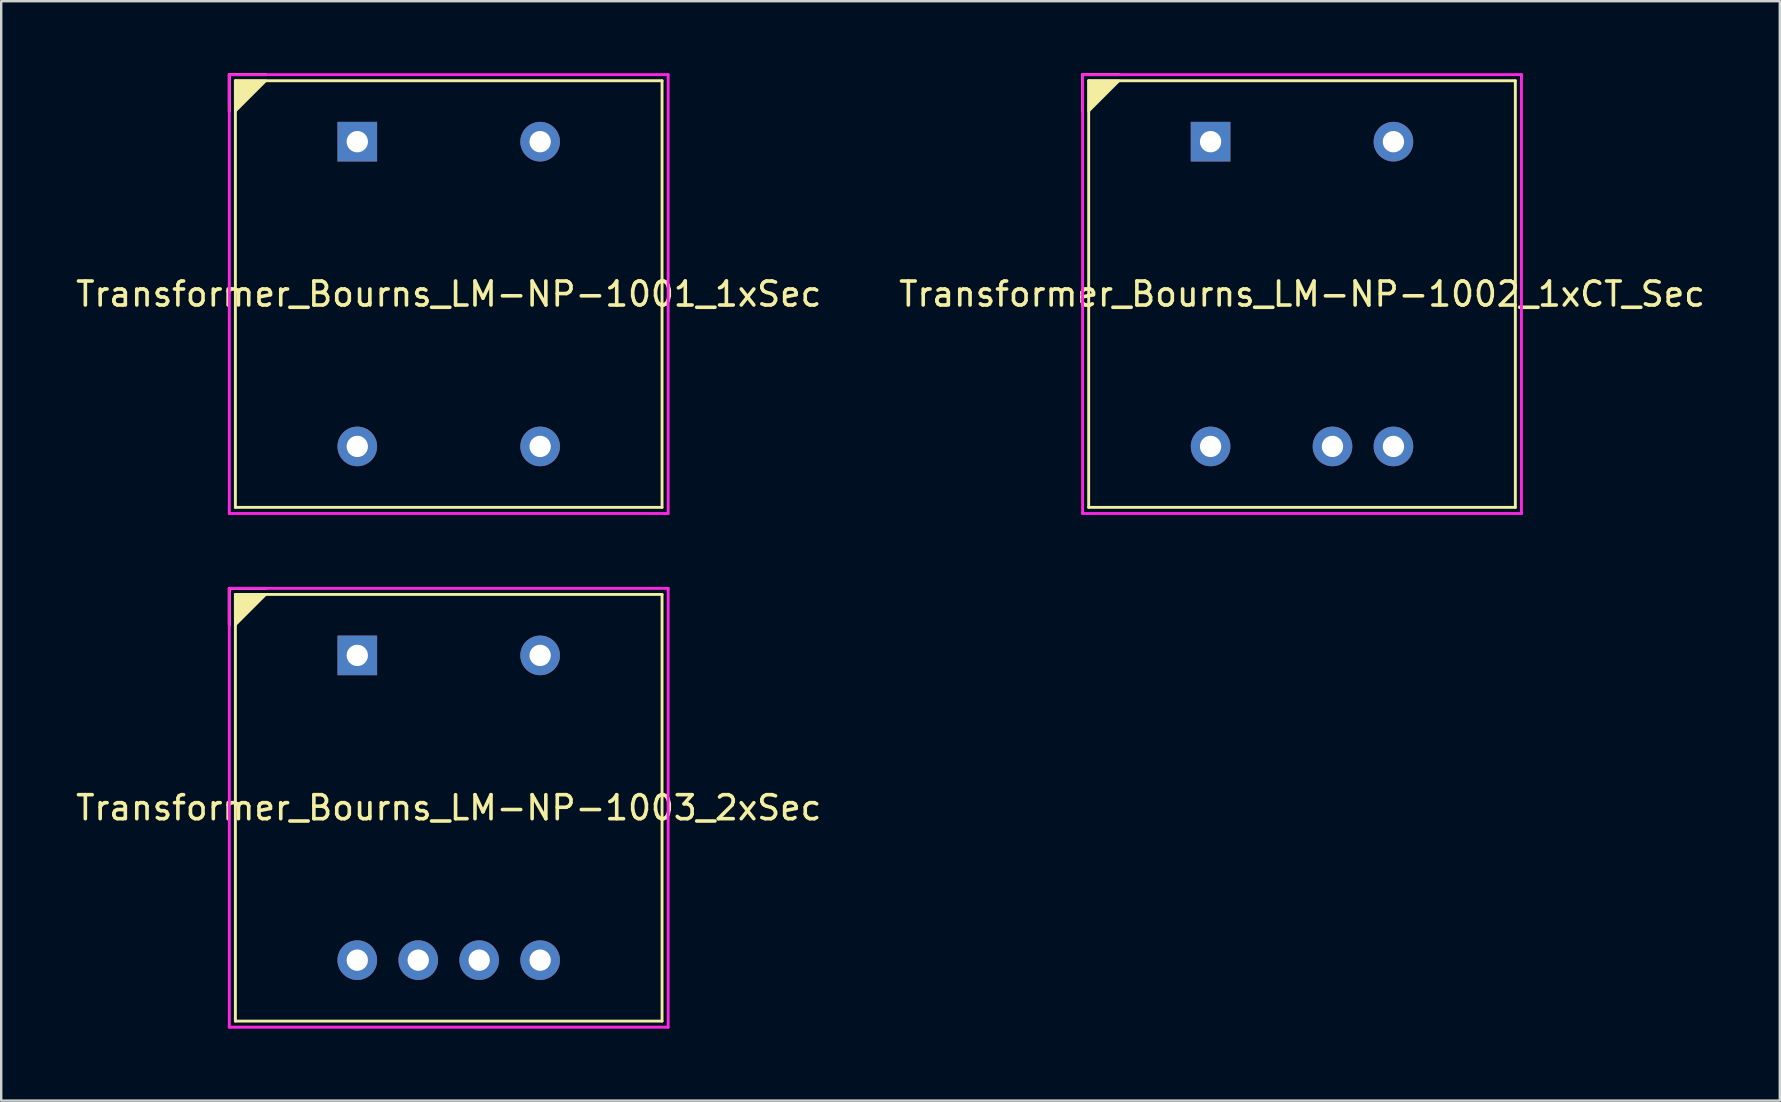
<source format=kicad_pcb>
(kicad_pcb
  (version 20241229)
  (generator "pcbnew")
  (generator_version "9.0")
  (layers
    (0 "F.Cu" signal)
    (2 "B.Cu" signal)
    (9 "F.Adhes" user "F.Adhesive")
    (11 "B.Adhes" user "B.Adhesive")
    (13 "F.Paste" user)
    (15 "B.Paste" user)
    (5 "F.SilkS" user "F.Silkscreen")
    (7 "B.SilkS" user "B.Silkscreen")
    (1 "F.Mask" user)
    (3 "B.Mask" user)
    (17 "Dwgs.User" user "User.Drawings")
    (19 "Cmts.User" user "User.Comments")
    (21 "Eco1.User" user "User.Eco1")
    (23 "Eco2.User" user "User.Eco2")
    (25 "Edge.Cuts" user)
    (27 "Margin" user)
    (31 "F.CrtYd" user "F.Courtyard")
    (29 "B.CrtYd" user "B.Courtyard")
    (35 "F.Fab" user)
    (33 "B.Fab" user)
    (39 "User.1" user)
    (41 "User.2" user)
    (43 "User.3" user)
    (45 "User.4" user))
  (footprint "Transformer_Bourns_LM-NP-1001_1xSec"
    (layer "F.Cu")
    (at 11.839 2.854)
    (property "Reference" "Transformer_Bourns_LM-NP-1001_1xSec" (at 3.81 6.35 0) (layer "F.SilkS") (effects (font (size 1 1) (thickness 0.15))))
    (attr through_hole)
    (fp_line (start -5.334 -2.794) (end -5.334 -1.27) (stroke (width 0.12) (type solid)) (layer "F.SilkS"))
    (fp_line (start -5.334 -2.794) (end -3.81 -2.794) (stroke (width 0.12) (type solid)) (layer "F.SilkS"))
    (fp_line (start -5.08 -2.54) (end -5.08 15.24) (stroke (width 0.12) (type solid)) (layer "F.SilkS"))
    (fp_line (start -5.08 -2.54) (end 12.7 -2.54) (stroke (width 0.12) (type solid)) (layer "F.SilkS"))
    (fp_line (start -5.08 15.24) (end 12.7 15.24) (stroke (width 0.12) (type solid)) (layer "F.SilkS"))
    (fp_line (start 12.7 -2.54) (end 12.7 15.24) (stroke (width 0.12) (type solid)) (layer "F.SilkS"))
    (fp_poly (pts (xy -5.08 -2.54) (xy -5.08 -1.27) (xy -3.81 -2.54)) (stroke (width 0.1) (type solid)) (fill yes) (layer "F.SilkS"))
    (fp_line (start -5.334 -2.794) (end 12.954 -2.794) (stroke (width 0.12) (type solid)) (layer "F.CrtYd"))
    (fp_line (start -5.334 15.494) (end -5.334 -2.794) (stroke (width 0.12) (type solid)) (layer "F.CrtYd"))
    (fp_line (start 12.954 -2.794) (end 12.954 15.494) (stroke (width 0.12) (type solid)) (layer "F.CrtYd"))
    (fp_line (start 12.954 15.494) (end -5.334 15.494) (stroke (width 0.12) (type solid)) (layer "F.CrtYd"))
    (pad "1" thru_hole rect (at 0 0) (size 1.651 1.651) (drill 0.889) (layers "*.Cu" "*.Mask"))
    (pad "4" thru_hole circle (at 7.62 0) (size 1.651 1.651) (drill 0.889) (layers "*.Cu" "*.Mask"))
    (pad "5" thru_hole circle (at 7.62 12.7) (size 1.651 1.651) (drill 0.889) (layers "*.Cu" "*.Mask"))
    (pad "8" thru_hole circle (at 0 12.7) (size 1.651 1.651) (drill 0.889) (layers "*.Cu" "*.Mask")))
  (footprint "Transformer_Bourns_LM-NP-1003_2xSec"
    (layer "F.Cu")
    (at 11.839 24.262)
    (property "Reference" "Transformer_Bourns_LM-NP-1003_2xSec" (at 3.81 6.35 0) (layer "F.SilkS") (effects (font (size 1 1) (thickness 0.15))))
    (attr through_hole)
    (fp_line (start -5.334 -2.794) (end -5.334 -1.27) (stroke (width 0.12) (type solid)) (layer "F.SilkS"))
    (fp_line (start -5.334 -2.794) (end -3.81 -2.794) (stroke (width 0.12) (type solid)) (layer "F.SilkS"))
    (fp_line (start -5.08 -2.54) (end -5.08 15.24) (stroke (width 0.12) (type solid)) (layer "F.SilkS"))
    (fp_line (start -5.08 -2.54) (end 12.7 -2.54) (stroke (width 0.12) (type solid)) (layer "F.SilkS"))
    (fp_line (start -5.08 15.24) (end 12.7 15.24) (stroke (width 0.12) (type solid)) (layer "F.SilkS"))
    (fp_line (start 12.7 -2.54) (end 12.7 15.24) (stroke (width 0.12) (type solid)) (layer "F.SilkS"))
    (fp_poly (pts (xy -5.08 -2.54) (xy -5.08 -1.27) (xy -3.81 -2.54)) (stroke (width 0.1) (type solid)) (fill yes) (layer "F.SilkS"))
    (fp_line (start -5.334 -2.794) (end 12.954 -2.794) (stroke (width 0.12) (type solid)) (layer "F.CrtYd"))
    (fp_line (start -5.334 15.494) (end -5.334 -2.794) (stroke (width 0.12) (type solid)) (layer "F.CrtYd"))
    (fp_line (start 12.954 -2.794) (end 12.954 15.494) (stroke (width 0.12) (type solid)) (layer "F.CrtYd"))
    (fp_line (start 12.954 15.494) (end -5.334 15.494) (stroke (width 0.12) (type solid)) (layer "F.CrtYd"))
    (pad "1" thru_hole rect (at 0 0) (size 1.651 1.651) (drill 0.889) (layers "*.Cu" "*.Mask"))
    (pad "4" thru_hole circle (at 7.62 0) (size 1.651 1.651) (drill 0.889) (layers "*.Cu" "*.Mask"))
    (pad "5" thru_hole circle (at 7.62 12.7) (size 1.651 1.651) (drill 0.889) (layers "*.Cu" "*.Mask"))
    (pad "6" thru_hole circle (at 5.08 12.7) (size 1.651 1.651) (drill 0.889) (layers "*.Cu" "*.Mask"))
    (pad "7" thru_hole circle (at 2.54 12.7) (size 1.651 1.651) (drill 0.889) (layers "*.Cu" "*.Mask"))
    (pad "8" thru_hole circle (at 0 12.7) (size 1.651 1.651) (drill 0.889) (layers "*.Cu" "*.Mask")))
  (footprint "Transformer_Bourns_LM-NP-1002_1xCT_Sec"
    (layer "F.Cu")
    (at 47.398 2.854)
    (property "Reference" "Transformer_Bourns_LM-NP-1002_1xCT_Sec" (at 3.81 6.35 0) (layer "F.SilkS") (effects (font (size 1 1) (thickness 0.15))))
    (attr through_hole)
    (fp_line (start -5.334 -2.794) (end -5.334 -1.27) (stroke (width 0.12) (type solid)) (layer "F.SilkS"))
    (fp_line (start -5.334 -2.794) (end -3.81 -2.794) (stroke (width 0.12) (type solid)) (layer "F.SilkS"))
    (fp_line (start -5.08 -2.54) (end -5.08 15.24) (stroke (width 0.12) (type solid)) (layer "F.SilkS"))
    (fp_line (start -5.08 -2.54) (end 12.7 -2.54) (stroke (width 0.12) (type solid)) (layer "F.SilkS"))
    (fp_line (start -5.08 15.24) (end 12.7 15.24) (stroke (width 0.12) (type solid)) (layer "F.SilkS"))
    (fp_line (start 12.7 -2.54) (end 12.7 15.24) (stroke (width 0.12) (type solid)) (layer "F.SilkS"))
    (fp_poly (pts (xy -5.08 -2.54) (xy -5.08 -1.27) (xy -3.81 -2.54)) (stroke (width 0.1) (type solid)) (fill yes) (layer "F.SilkS"))
    (fp_line (start -5.334 -2.794) (end 12.954 -2.794) (stroke (width 0.12) (type solid)) (layer "F.CrtYd"))
    (fp_line (start -5.334 15.494) (end -5.334 -2.794) (stroke (width 0.12) (type solid)) (layer "F.CrtYd"))
    (fp_line (start 12.954 -2.794) (end 12.954 15.494) (stroke (width 0.12) (type solid)) (layer "F.CrtYd"))
    (fp_line (start 12.954 15.494) (end -5.334 15.494) (stroke (width 0.12) (type solid)) (layer "F.CrtYd"))
    (pad "1" thru_hole rect (at 0 0) (size 1.651 1.651) (drill 0.889) (layers "*.Cu" "*.Mask"))
    (pad "4" thru_hole circle (at 7.62 0) (size 1.651 1.651) (drill 0.889) (layers "*.Cu" "*.Mask"))
    (pad "5" thru_hole circle (at 7.62 12.7) (size 1.651 1.651) (drill 0.889) (layers "*.Cu" "*.Mask"))
    (pad "6" thru_hole circle (at 5.08 12.7) (size 1.651 1.651) (drill 0.889) (layers "*.Cu" "*.Mask"))
    (pad "8" thru_hole circle (at 0 12.7) (size 1.651 1.651) (drill 0.889) (layers "*.Cu" "*.Mask")))
  (gr_rect
    (start -3 -3)
    (end 71.119 42.816)
    (stroke (width 0.1) (type default))
    (fill no)
    (layer "Edge.Cuts")))
</source>
